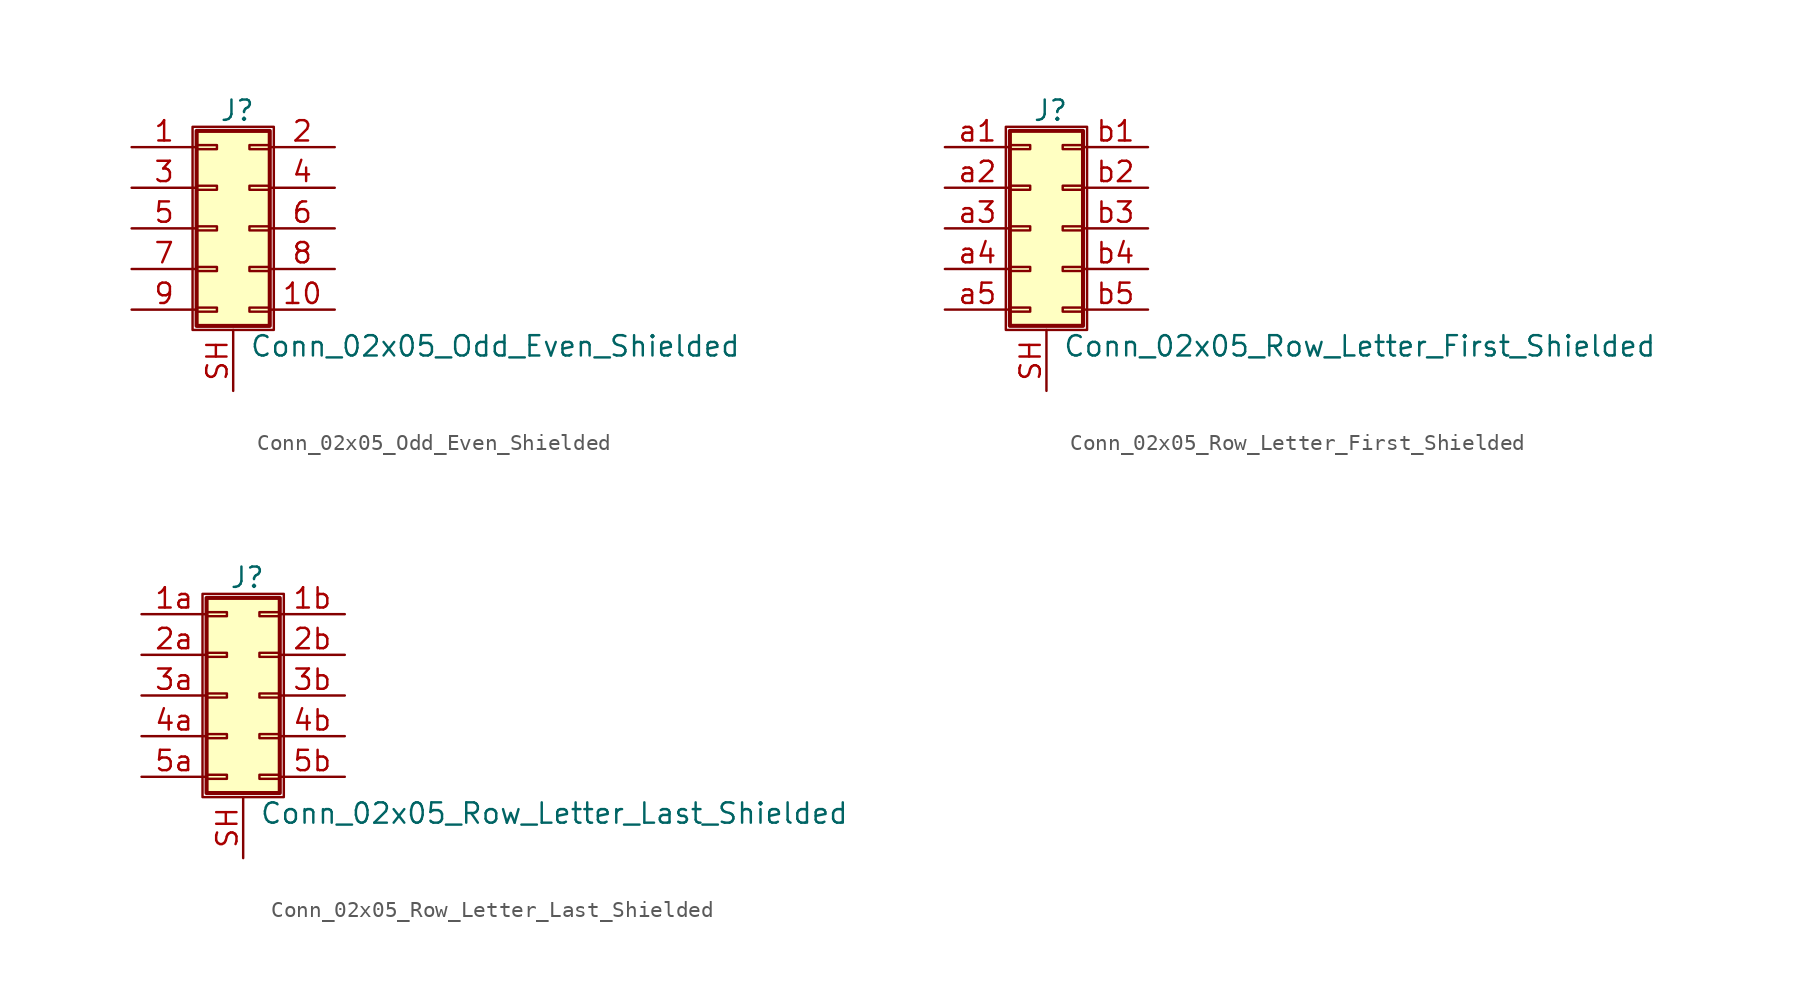
<source format=kicad_sym>
(kicad_symbol_lib
  (version 20211014)
  (generator kicad_symbol_editor)
  (symbol "Conn_02x05_Odd_Even_Shielded"
    (pin_names
      (offset 1.016) hide)
    (property "Reference" "J"
      (at 1.524 7.366 0)
      (effects (font (size 1.27 1.27))))
    (property "Value" "Conn_02x05_Odd_Even_Shielded"
      (at 2.286 -7.366 0)
      (effects (font (size 1.27 1.27)) (justify left)))
    (symbol "Conn_02x05_Odd_Even_Shielded_1_1"
      (rectangle (start -1.27 6.35) (end 3.81 -6.35) (stroke (width 0.152) (type default) (color 0 0 0 0)) (fill (type none)))
      (rectangle (start -1.016 -4.953) (end 0.254 -5.207) (stroke (width 0.152) (type default) (color 0 0 0 0)) (fill (type none)))
      (rectangle (start -1.016 -2.413) (end 0.254 -2.667) (stroke (width 0.152) (type default) (color 0 0 0 0)) (fill (type none)))
      (rectangle (start -1.016 0.127) (end 0.254 -0.127) (stroke (width 0.152) (type default) (color 0 0 0 0)) (fill (type none)))
      (rectangle (start -1.016 2.667) (end 0.254 2.413) (stroke (width 0.152) (type default) (color 0 0 0 0)) (fill (type none)))
      (rectangle (start -1.016 5.207) (end 0.254 4.953) (stroke (width 0.152) (type default) (color 0 0 0 0)) (fill (type none)))
      (rectangle (start -1.016 6.096) (end 3.556 -6.096) (stroke (width 0.254) (type default) (color 0 0 0 0)) (fill (type background)))
      (rectangle (start 3.556 -4.953) (end 2.286 -5.207) (stroke (width 0.152) (type default) (color 0 0 0 0)) (fill (type none)))
      (rectangle (start 3.556 -2.413) (end 2.286 -2.667) (stroke (width 0.152) (type default) (color 0 0 0 0)) (fill (type none)))
      (rectangle (start 3.556 0.127) (end 2.286 -0.127) (stroke (width 0.152) (type default) (color 0 0 0 0)) (fill (type none)))
      (rectangle (start 3.556 2.667) (end 2.286 2.413) (stroke (width 0.152) (type default) (color 0 0 0 0)) (fill (type none)))
      (rectangle (start 3.556 5.207) (end 2.286 4.953) (stroke (width 0.152) (type default) (color 0 0 0 0)) (fill (type none)))
      (pin passive line (at -5.08 5.08 0) (length 4.064) (name "Pin_1" (effects (font (size 1.27 1.27)))) (number "1" (effects (font (size 1.27 1.27)))))
      (pin passive line (at 7.62 -5.08 180) (length 4.064) (name "Pin_10" (effects (font (size 1.27 1.27)))) (number "10" (effects (font (size 1.27 1.27)))))
      (pin passive line (at 7.62 5.08 180) (length 4.064) (name "Pin_2" (effects (font (size 1.27 1.27)))) (number "2" (effects (font (size 1.27 1.27)))))
      (pin passive line (at -5.08 2.54 0) (length 4.064) (name "Pin_3" (effects (font (size 1.27 1.27)))) (number "3" (effects (font (size 1.27 1.27)))))
      (pin passive line (at 7.62 2.54 180) (length 4.064) (name "Pin_4" (effects (font (size 1.27 1.27)))) (number "4" (effects (font (size 1.27 1.27)))))
      (pin passive line (at -5.08 0 0) (length 4.064) (name "Pin_5" (effects (font (size 1.27 1.27)))) (number "5" (effects (font (size 1.27 1.27)))))
      (pin passive line (at 7.62 0 180) (length 4.064) (name "Pin_6" (effects (font (size 1.27 1.27)))) (number "6" (effects (font (size 1.27 1.27)))))
      (pin passive line (at -5.08 -2.54 0) (length 4.064) (name "Pin_7" (effects (font (size 1.27 1.27)))) (number "7" (effects (font (size 1.27 1.27)))))
      (pin passive line (at 7.62 -2.54 180) (length 4.064) (name "Pin_8" (effects (font (size 1.27 1.27)))) (number "8" (effects (font (size 1.27 1.27)))))
      (pin passive line (at -5.08 -5.08 0) (length 4.064) (name "Pin_9" (effects (font (size 1.27 1.27)))) (number "9" (effects (font (size 1.27 1.27)))))
      (pin passive line (at 1.27 -10.16 90) (length 3.81) (name "Shield" (effects (font (size 1.27 1.27)))) (number "SH" (effects (font (size 1.27 1.27)))))))
  (symbol "Conn_02x05_Row_Letter_First_Shielded"
    (pin_names
      (offset 1.016) hide)
    (property "Reference" "J"
      (at 1.524 7.366 0)
      (effects (font (size 1.27 1.27))))
    (property "Value" "Conn_02x05_Row_Letter_First_Shielded"
      (at 2.286 -7.366 0)
      (effects (font (size 1.27 1.27)) (justify left)))
    (symbol "Conn_02x05_Row_Letter_First_Shielded_1_1"
      (rectangle (start -1.27 6.35) (end 3.81 -6.35) (stroke (width 0.152) (type default) (color 0 0 0 0)) (fill (type none)))
      (rectangle (start -1.016 -4.953) (end 0.254 -5.207) (stroke (width 0.152) (type default) (color 0 0 0 0)) (fill (type none)))
      (rectangle (start -1.016 -2.413) (end 0.254 -2.667) (stroke (width 0.152) (type default) (color 0 0 0 0)) (fill (type none)))
      (rectangle (start -1.016 0.127) (end 0.254 -0.127) (stroke (width 0.152) (type default) (color 0 0 0 0)) (fill (type none)))
      (rectangle (start -1.016 2.667) (end 0.254 2.413) (stroke (width 0.152) (type default) (color 0 0 0 0)) (fill (type none)))
      (rectangle (start -1.016 5.207) (end 0.254 4.953) (stroke (width 0.152) (type default) (color 0 0 0 0)) (fill (type none)))
      (rectangle (start -1.016 6.096) (end 3.556 -6.096) (stroke (width 0.254) (type default) (color 0 0 0 0)) (fill (type background)))
      (rectangle (start 3.556 -4.953) (end 2.286 -5.207) (stroke (width 0.152) (type default) (color 0 0 0 0)) (fill (type none)))
      (rectangle (start 3.556 -2.413) (end 2.286 -2.667) (stroke (width 0.152) (type default) (color 0 0 0 0)) (fill (type none)))
      (rectangle (start 3.556 0.127) (end 2.286 -0.127) (stroke (width 0.152) (type default) (color 0 0 0 0)) (fill (type none)))
      (rectangle (start 3.556 2.667) (end 2.286 2.413) (stroke (width 0.152) (type default) (color 0 0 0 0)) (fill (type none)))
      (rectangle (start 3.556 5.207) (end 2.286 4.953) (stroke (width 0.152) (type default) (color 0 0 0 0)) (fill (type none)))
      (pin passive line (at 1.27 -10.16 90) (length 3.81) (name "Shield" (effects (font (size 1.27 1.27)))) (number "SH" (effects (font (size 1.27 1.27)))))
      (pin passive line (at -5.08 5.08 0) (length 4.064) (name "Pin_a1" (effects (font (size 1.27 1.27)))) (number "a1" (effects (font (size 1.27 1.27)))))
      (pin passive line (at -5.08 2.54 0) (length 4.064) (name "Pin_a2" (effects (font (size 1.27 1.27)))) (number "a2" (effects (font (size 1.27 1.27)))))
      (pin passive line (at -5.08 0 0) (length 4.064) (name "Pin_a3" (effects (font (size 1.27 1.27)))) (number "a3" (effects (font (size 1.27 1.27)))))
      (pin passive line (at -5.08 -2.54 0) (length 4.064) (name "Pin_a4" (effects (font (size 1.27 1.27)))) (number "a4" (effects (font (size 1.27 1.27)))))
      (pin passive line (at -5.08 -5.08 0) (length 4.064) (name "Pin_a5" (effects (font (size 1.27 1.27)))) (number "a5" (effects (font (size 1.27 1.27)))))
      (pin passive line (at 7.62 5.08 180) (length 4.064) (name "Pin_b1" (effects (font (size 1.27 1.27)))) (number "b1" (effects (font (size 1.27 1.27)))))
      (pin passive line (at 7.62 2.54 180) (length 4.064) (name "Pin_b2" (effects (font (size 1.27 1.27)))) (number "b2" (effects (font (size 1.27 1.27)))))
      (pin passive line (at 7.62 0 180) (length 4.064) (name "Pin_b3" (effects (font (size 1.27 1.27)))) (number "b3" (effects (font (size 1.27 1.27)))))
      (pin passive line (at 7.62 -2.54 180) (length 4.064) (name "Pin_b4" (effects (font (size 1.27 1.27)))) (number "b4" (effects (font (size 1.27 1.27)))))
      (pin passive line (at 7.62 -5.08 180) (length 4.064) (name "Pin_b5" (effects (font (size 1.27 1.27)))) (number "b5" (effects (font (size 1.27 1.27)))))))
  (symbol "Conn_02x05_Row_Letter_Last_Shielded"
    (pin_names
      (offset 1.016) hide)
    (property "Reference" "J"
      (at 1.524 7.366 0)
      (effects (font (size 1.27 1.27))))
    (property "Value" "Conn_02x05_Row_Letter_Last_Shielded"
      (at 2.286 -7.366 0)
      (effects (font (size 1.27 1.27)) (justify left)))
    (symbol "Conn_02x05_Row_Letter_Last_Shielded_1_1"
      (rectangle (start -1.27 6.35) (end 3.81 -6.35) (stroke (width 0.152) (type default) (color 0 0 0 0)) (fill (type none)))
      (rectangle (start -1.016 -4.953) (end 0.254 -5.207) (stroke (width 0.152) (type default) (color 0 0 0 0)) (fill (type none)))
      (rectangle (start -1.016 -2.413) (end 0.254 -2.667) (stroke (width 0.152) (type default) (color 0 0 0 0)) (fill (type none)))
      (rectangle (start -1.016 0.127) (end 0.254 -0.127) (stroke (width 0.152) (type default) (color 0 0 0 0)) (fill (type none)))
      (rectangle (start -1.016 2.667) (end 0.254 2.413) (stroke (width 0.152) (type default) (color 0 0 0 0)) (fill (type none)))
      (rectangle (start -1.016 5.207) (end 0.254 4.953) (stroke (width 0.152) (type default) (color 0 0 0 0)) (fill (type none)))
      (rectangle (start -1.016 6.096) (end 3.556 -6.096) (stroke (width 0.254) (type default) (color 0 0 0 0)) (fill (type background)))
      (rectangle (start 3.556 -4.953) (end 2.286 -5.207) (stroke (width 0.152) (type default) (color 0 0 0 0)) (fill (type none)))
      (rectangle (start 3.556 -2.413) (end 2.286 -2.667) (stroke (width 0.152) (type default) (color 0 0 0 0)) (fill (type none)))
      (rectangle (start 3.556 0.127) (end 2.286 -0.127) (stroke (width 0.152) (type default) (color 0 0 0 0)) (fill (type none)))
      (rectangle (start 3.556 2.667) (end 2.286 2.413) (stroke (width 0.152) (type default) (color 0 0 0 0)) (fill (type none)))
      (rectangle (start 3.556 5.207) (end 2.286 4.953) (stroke (width 0.152) (type default) (color 0 0 0 0)) (fill (type none)))
      (pin passive line (at -5.08 5.08 0) (length 4.064) (name "Pin_1a" (effects (font (size 1.27 1.27)))) (number "1a" (effects (font (size 1.27 1.27)))))
      (pin passive line (at 7.62 5.08 180) (length 4.064) (name "Pin_1b" (effects (font (size 1.27 1.27)))) (number "1b" (effects (font (size 1.27 1.27)))))
      (pin passive line (at -5.08 2.54 0) (length 4.064) (name "Pin_2a" (effects (font (size 1.27 1.27)))) (number "2a" (effects (font (size 1.27 1.27)))))
      (pin passive line (at 7.62 2.54 180) (length 4.064) (name "Pin_2b" (effects (font (size 1.27 1.27)))) (number "2b" (effects (font (size 1.27 1.27)))))
      (pin passive line (at -5.08 0 0) (length 4.064) (name "Pin_3a" (effects (font (size 1.27 1.27)))) (number "3a" (effects (font (size 1.27 1.27)))))
      (pin passive line (at 7.62 0 180) (length 4.064) (name "Pin_3b" (effects (font (size 1.27 1.27)))) (number "3b" (effects (font (size 1.27 1.27)))))
      (pin passive line (at -5.08 -2.54 0) (length 4.064) (name "Pin_4a" (effects (font (size 1.27 1.27)))) (number "4a" (effects (font (size 1.27 1.27)))))
      (pin passive line (at 7.62 -2.54 180) (length 4.064) (name "Pin_4b" (effects (font (size 1.27 1.27)))) (number "4b" (effects (font (size 1.27 1.27)))))
      (pin passive line (at -5.08 -5.08 0) (length 4.064) (name "Pin_5a" (effects (font (size 1.27 1.27)))) (number "5a" (effects (font (size 1.27 1.27)))))
      (pin passive line (at 7.62 -5.08 180) (length 4.064) (name "Pin_5b" (effects (font (size 1.27 1.27)))) (number "5b" (effects (font (size 1.27 1.27)))))
      (pin passive line (at 1.27 -10.16 90) (length 3.81) (name "Shield" (effects (font (size 1.27 1.27)))) (number "SH" (effects (font (size 1.27 1.27))))))))
</source>
